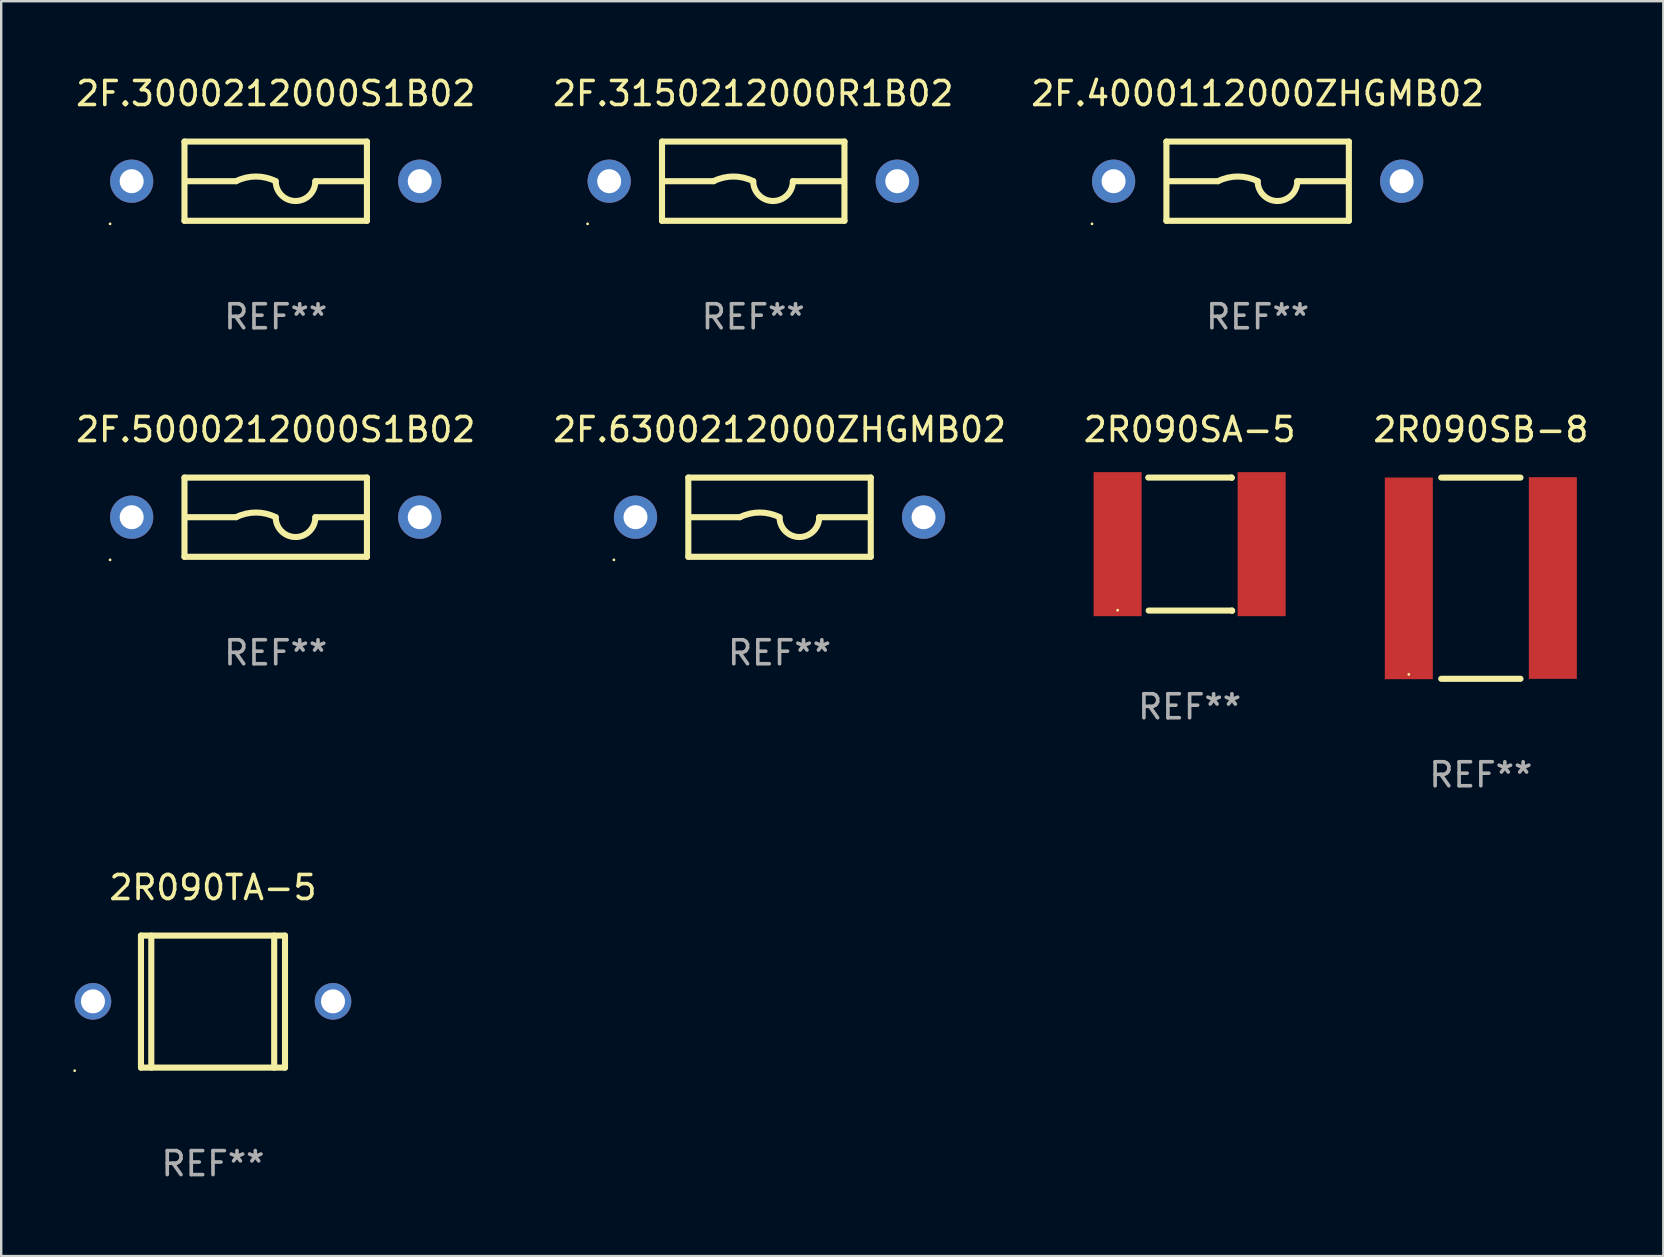
<source format=kicad_pcb>
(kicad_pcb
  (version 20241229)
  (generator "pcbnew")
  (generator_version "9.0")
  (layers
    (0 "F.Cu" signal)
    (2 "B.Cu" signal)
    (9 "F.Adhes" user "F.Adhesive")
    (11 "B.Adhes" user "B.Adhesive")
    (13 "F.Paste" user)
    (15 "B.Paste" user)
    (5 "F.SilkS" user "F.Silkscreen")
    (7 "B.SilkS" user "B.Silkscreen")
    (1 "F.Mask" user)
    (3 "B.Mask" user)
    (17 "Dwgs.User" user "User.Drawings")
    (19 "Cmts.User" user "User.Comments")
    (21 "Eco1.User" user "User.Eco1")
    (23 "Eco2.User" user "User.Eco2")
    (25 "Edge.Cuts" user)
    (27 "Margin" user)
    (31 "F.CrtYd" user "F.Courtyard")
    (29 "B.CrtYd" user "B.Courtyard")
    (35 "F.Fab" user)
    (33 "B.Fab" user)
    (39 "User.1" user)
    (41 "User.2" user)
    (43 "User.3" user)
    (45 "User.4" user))
  (footprint "2F.3150212000R1B02"
    (layer "F.Cu")
    (at 28.327 4.498)
    (property "Reference" "2F.3150212000R1B02" (at 0 -3.65 0) (layer "F.SilkS") (effects (font (size 1 1) (thickness 0.15))))
    (attr through_hole)
    (fp_line (start -3.8 -1.65) (end 3.8 -1.65) (stroke (width 0.254) (type solid)) (layer "F.SilkS"))
    (fp_line (start -3.8 1.65) (end -3.8 -1.65) (stroke (width 0.254) (type solid)) (layer "F.SilkS"))
    (fp_line (start -3.8 1.65) (end 3.8 1.65) (stroke (width 0.254) (type solid)) (layer "F.SilkS"))
    (fp_line (start -3.683 0) (end -1.651 0) (stroke (width 0.254) (type solid)) (layer "F.SilkS"))
    (fp_line (start 3.683 0) (end 1.651 0) (stroke (width 0.254) (type solid)) (layer "F.SilkS"))
    (fp_line (start 3.8 -1.65) (end 3.8 1.65) (stroke (width 0.254) (type solid)) (layer "F.SilkS"))
    (fp_arc (start -1.651003 0) (mid -0.825502 -0.194874) (end 0 0) (stroke (width 0.254001) (type solid)) (layer "F.SilkS"))
    (fp_arc (start 1.651003 0) (mid 0.825502 0.825501) (end 0.000001 0) (stroke (width 0.254001) (type solid)) (layer "F.SilkS"))
    (fp_circle (center -6.9 1.777) (end -6.87 1.777) (stroke (width 0.06) (type solid)) (fill no) (layer "F.SilkS"))
    (fp_text user "REF**" (at 0 5.65 0) (layer "F.Fab") (effects (font (size 1 1) (thickness 0.15))))
    (pad "1" thru_hole circle (at -6 0) (size 1.8 1.8) (drill 1) (layers "*.Cu" "*.Mask"))
    (pad "2" thru_hole circle (at 6 0) (size 1.8 1.8) (drill 1) (layers "*.Cu" "*.Mask")))
  (footprint "2F.6300212000ZHGMB02"
    (layer "F.Cu")
    (at 29.423 18.495)
    (property "Reference" "2F.6300212000ZHGMB02" (at 0 -3.65 0) (layer "F.SilkS") (effects (font (size 1 1) (thickness 0.15))))
    (attr through_hole)
    (fp_line (start -3.8 -1.65) (end 3.8 -1.65) (stroke (width 0.254) (type solid)) (layer "F.SilkS"))
    (fp_line (start -3.8 1.65) (end -3.8 -1.65) (stroke (width 0.254) (type solid)) (layer "F.SilkS"))
    (fp_line (start -3.8 1.65) (end 3.8 1.65) (stroke (width 0.254) (type solid)) (layer "F.SilkS"))
    (fp_line (start -3.683 0) (end -1.651 0) (stroke (width 0.254) (type solid)) (layer "F.SilkS"))
    (fp_line (start 3.683 0) (end 1.651 0) (stroke (width 0.254) (type solid)) (layer "F.SilkS"))
    (fp_line (start 3.8 -1.65) (end 3.8 1.65) (stroke (width 0.254) (type solid)) (layer "F.SilkS"))
    (fp_arc (start -1.651003 0) (mid -0.825502 -0.194874) (end 0 0) (stroke (width 0.254001) (type solid)) (layer "F.SilkS"))
    (fp_arc (start 1.651003 0) (mid 0.825502 0.825501) (end 0.000001 0) (stroke (width 0.254001) (type solid)) (layer "F.SilkS"))
    (fp_circle (center -6.9 1.777) (end -6.87 1.777) (stroke (width 0.06) (type solid)) (fill no) (layer "F.SilkS"))
    (fp_text user "REF**" (at 0 5.65 0) (layer "F.Fab") (effects (font (size 1 1) (thickness 0.15))))
    (pad "1" thru_hole circle (at -6 0) (size 1.8 1.8) (drill 1) (layers "*.Cu" "*.Mask"))
    (pad "2" thru_hole circle (at 6 0) (size 1.8 1.8) (drill 1) (layers "*.Cu" "*.Mask")))
  (footprint "2F.4000112000ZHGMB02"
    (layer "F.Cu")
    (at 49.339 4.498)
    (property "Reference" "2F.4000112000ZHGMB02" (at 0 -3.65 0) (layer "F.SilkS") (effects (font (size 1 1) (thickness 0.15))))
    (attr through_hole)
    (fp_line (start -3.8 -1.65) (end 3.8 -1.65) (stroke (width 0.254) (type solid)) (layer "F.SilkS"))
    (fp_line (start -3.8 1.65) (end -3.8 -1.65) (stroke (width 0.254) (type solid)) (layer "F.SilkS"))
    (fp_line (start -3.8 1.65) (end 3.8 1.65) (stroke (width 0.254) (type solid)) (layer "F.SilkS"))
    (fp_line (start -3.683 0) (end -1.651 0) (stroke (width 0.254) (type solid)) (layer "F.SilkS"))
    (fp_line (start 3.683 0) (end 1.651 0) (stroke (width 0.254) (type solid)) (layer "F.SilkS"))
    (fp_line (start 3.8 -1.65) (end 3.8 1.65) (stroke (width 0.254) (type solid)) (layer "F.SilkS"))
    (fp_arc (start -1.651003 0) (mid -0.825502 -0.194874) (end 0 0) (stroke (width 0.254001) (type solid)) (layer "F.SilkS"))
    (fp_arc (start 1.651003 0) (mid 0.825502 0.825501) (end 0.000001 0) (stroke (width 0.254001) (type solid)) (layer "F.SilkS"))
    (fp_circle (center -6.9 1.777) (end -6.87 1.777) (stroke (width 0.06) (type solid)) (fill no) (layer "F.SilkS"))
    (fp_text user "REF**" (at 0 5.65 0) (layer "F.Fab") (effects (font (size 1 1) (thickness 0.15))))
    (pad "1" thru_hole circle (at -6 0) (size 1.8 1.8) (drill 1) (layers "*.Cu" "*.Mask"))
    (pad "2" thru_hole circle (at 6 0) (size 1.8 1.8) (drill 1) (layers "*.Cu" "*.Mask")))
  (footprint "2R090SB-8"
    (layer "F.Cu")
    (at 58.637 21.036)
    (property "Reference" "2R090SB-8" (at 0 -6.191 0) (layer "F.SilkS") (effects (font (size 1 1) (thickness 0.15))))
    (attr through_hole)
    (fp_line (start -1.651 -4.191) (end 1.651 -4.191) (stroke (width 0.254) (type solid)) (layer "F.SilkS"))
    (fp_line (start 1.651 4.191) (end -1.651 4.191) (stroke (width 0.254) (type solid)) (layer "F.SilkS"))
    (fp_circle (center -3 4.007) (end -2.97 4.007) (stroke (width 0.06) (type solid)) (fill no) (layer "F.SilkS"))
    (fp_text user "REF**" (at 0 8.191 0) (layer "F.Fab") (effects (font (size 1 1) (thickness 0.15))))
    (pad "1" smd rect (at -3 0.007) (size 2 8.4) (layers "F.Cu" "F.Mask" "F.Paste"))
    (pad "2" smd rect (at 3 -0.007) (size 2 8.4) (layers "F.Cu" "F.Mask" "F.Paste")))
  (footprint "2F.3000212000S1B02"
    (layer "F.Cu")
    (at 8.435 4.498)
    (property "Reference" "2F.3000212000S1B02" (at 0 -3.65 0) (layer "F.SilkS") (effects (font (size 1 1) (thickness 0.15))))
    (attr through_hole)
    (fp_line (start -3.8 -1.65) (end 3.8 -1.65) (stroke (width 0.254) (type solid)) (layer "F.SilkS"))
    (fp_line (start -3.8 1.65) (end -3.8 -1.65) (stroke (width 0.254) (type solid)) (layer "F.SilkS"))
    (fp_line (start -3.8 1.65) (end 3.8 1.65) (stroke (width 0.254) (type solid)) (layer "F.SilkS"))
    (fp_line (start -3.683 0) (end -1.651 0) (stroke (width 0.254) (type solid)) (layer "F.SilkS"))
    (fp_line (start 3.683 0) (end 1.651 0) (stroke (width 0.254) (type solid)) (layer "F.SilkS"))
    (fp_line (start 3.8 -1.65) (end 3.8 1.65) (stroke (width 0.254) (type solid)) (layer "F.SilkS"))
    (fp_arc (start -1.651003 0) (mid -0.825502 -0.194874) (end 0 0) (stroke (width 0.254001) (type solid)) (layer "F.SilkS"))
    (fp_arc (start 1.651003 0) (mid 0.825502 0.825501) (end 0.000001 0) (stroke (width 0.254001) (type solid)) (layer "F.SilkS"))
    (fp_circle (center -6.9 1.777) (end -6.87 1.777) (stroke (width 0.06) (type solid)) (fill no) (layer "F.SilkS"))
    (fp_text user "REF**" (at 0 5.65 0) (layer "F.Fab") (effects (font (size 1 1) (thickness 0.15))))
    (pad "1" thru_hole circle (at -6 0) (size 1.8 1.8) (drill 1) (layers "*.Cu" "*.Mask"))
    (pad "2" thru_hole circle (at 6 0) (size 1.8 1.8) (drill 1) (layers "*.Cu" "*.Mask")))
  (footprint "2R090TA-5"
    (layer "F.Cu")
    (at 5.822 38.674)
    (property "Reference" "2R090TA-5" (at 0 -4.751 0) (layer "F.SilkS") (effects (font (size 1 1) (thickness 0.15))))
    (attr through_hole)
    (fp_line (start -3 -2.75) (end 3 -2.75) (stroke (width 0.254) (type solid)) (layer "F.SilkS"))
    (fp_line (start -3 2.749) (end -3 -2.751) (stroke (width 0.254) (type solid)) (layer "F.SilkS"))
    (fp_line (start -2.57 2.749) (end -2.57 -2.751) (stroke (width 0.254) (type solid)) (layer "F.SilkS"))
    (fp_line (start 2.55 2.751) (end 2.55 -2.749) (stroke (width 0.254) (type solid)) (layer "F.SilkS"))
    (fp_line (start 3 -2.75) (end 3 2.75) (stroke (width 0.254) (type solid)) (layer "F.SilkS"))
    (fp_line (start 3 2.749) (end -3 2.749) (stroke (width 0.254) (type solid)) (layer "F.SilkS"))
    (fp_circle (center -5.762 2.878) (end -5.732 2.878) (stroke (width 0.06) (type solid)) (fill no) (layer "F.SilkS"))
    (fp_text user "REF**" (at 0 6.751 0) (layer "F.Fab") (effects (font (size 1 1) (thickness 0.15))))
    (pad "1" thru_hole circle (at -5 -0.011) (size 1.524 1.524) (drill 1) (layers "*.Cu" "*.Mask"))
    (pad "2" thru_hole circle (at 5 -0.011) (size 1.524 1.524) (drill 1) (layers "*.Cu" "*.Mask")))
  (footprint "2F.5000212000S1B02"
    (layer "F.Cu")
    (at 8.435 18.495)
    (property "Reference" "2F.5000212000S1B02" (at 0 -3.65 0) (layer "F.SilkS") (effects (font (size 1 1) (thickness 0.15))))
    (attr through_hole)
    (fp_line (start -3.8 -1.65) (end 3.8 -1.65) (stroke (width 0.254) (type solid)) (layer "F.SilkS"))
    (fp_line (start -3.8 1.65) (end -3.8 -1.65) (stroke (width 0.254) (type solid)) (layer "F.SilkS"))
    (fp_line (start -3.8 1.65) (end 3.8 1.65) (stroke (width 0.254) (type solid)) (layer "F.SilkS"))
    (fp_line (start -3.683 0) (end -1.651 0) (stroke (width 0.254) (type solid)) (layer "F.SilkS"))
    (fp_line (start 3.683 0) (end 1.651 0) (stroke (width 0.254) (type solid)) (layer "F.SilkS"))
    (fp_line (start 3.8 -1.65) (end 3.8 1.65) (stroke (width 0.254) (type solid)) (layer "F.SilkS"))
    (fp_arc (start -1.651003 0) (mid -0.825502 -0.194874) (end 0 0) (stroke (width 0.254001) (type solid)) (layer "F.SilkS"))
    (fp_arc (start 1.651003 0) (mid 0.825502 0.825501) (end 0.000001 0) (stroke (width 0.254001) (type solid)) (layer "F.SilkS"))
    (fp_circle (center -6.9 1.777) (end -6.87 1.777) (stroke (width 0.06) (type solid)) (fill no) (layer "F.SilkS"))
    (fp_text user "REF**" (at 0 5.65 0) (layer "F.Fab") (effects (font (size 1 1) (thickness 0.15))))
    (pad "1" thru_hole circle (at -6 0) (size 1.8 1.8) (drill 1) (layers "*.Cu" "*.Mask"))
    (pad "2" thru_hole circle (at 6 0) (size 1.8 1.8) (drill 1) (layers "*.Cu" "*.Mask")))
  (footprint "2R090SA-5"
    (layer "F.Cu")
    (at 46.506 19.619)
    (property "Reference" "2R090SA-5" (at 0 -4.775 0) (layer "F.SilkS") (effects (font (size 1 1) (thickness 0.15))))
    (attr through_hole)
    (fp_line (start -1.724 -2.775) (end 1.747 -2.775) (stroke (width 0.254) (type solid)) (layer "F.SilkS"))
    (fp_line (start -1.707 2.765) (end 1.764 2.765) (stroke (width 0.254) (type solid)) (layer "F.SilkS"))
    (fp_line (start 1.747 -2.775) (end 1.757 -2.765) (stroke (width 0.254) (type solid)) (layer "F.SilkS"))
    (fp_line (start 1.764 2.765) (end 1.773 2.775) (stroke (width 0.254) (type solid)) (layer "F.SilkS"))
    (fp_circle (center -3 2.749) (end -2.97 2.749) (stroke (width 0.06) (type solid)) (fill no) (layer "F.SilkS"))
    (fp_text user "REF**" (at 0 6.775 0) (layer "F.Fab") (effects (font (size 1 1) (thickness 0.15))))
    (pad "1" smd rect (at -3 -0.001) (size 2 6) (layers "F.Cu" "F.Mask" "F.Paste"))
    (pad "2" smd rect (at 3 -0.001) (size 2 6) (layers "F.Cu" "F.Mask" "F.Paste")))
  (gr_rect
    (start -3 -3)
    (end 66.238 49.273)
    (stroke (width 0.1) (type default))
    (fill no)
    (layer "Edge.Cuts")))
</source>
